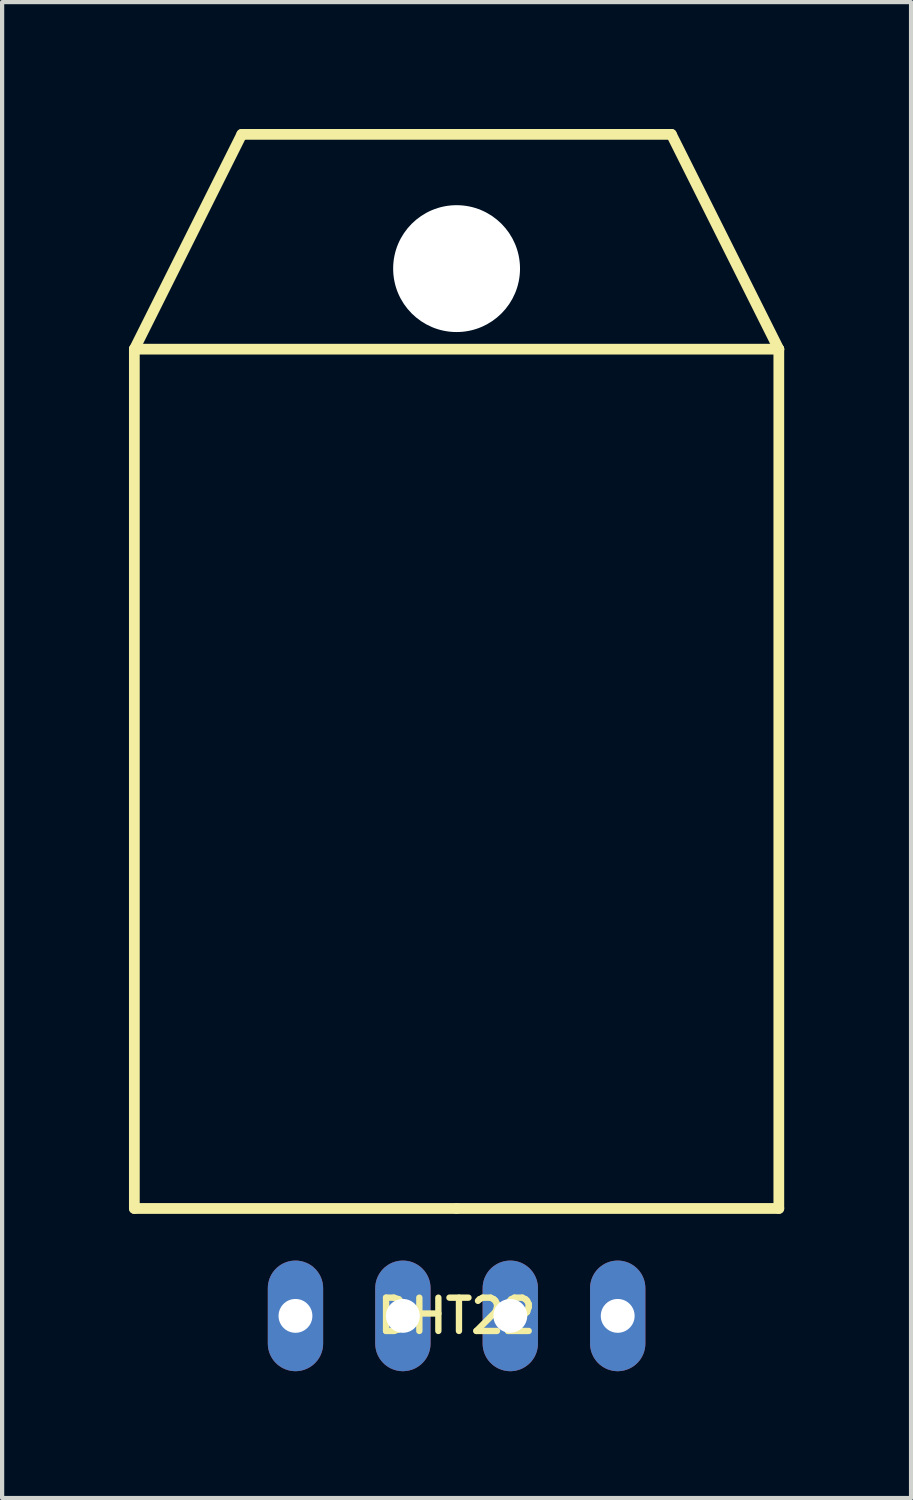
<source format=kicad_pcb>
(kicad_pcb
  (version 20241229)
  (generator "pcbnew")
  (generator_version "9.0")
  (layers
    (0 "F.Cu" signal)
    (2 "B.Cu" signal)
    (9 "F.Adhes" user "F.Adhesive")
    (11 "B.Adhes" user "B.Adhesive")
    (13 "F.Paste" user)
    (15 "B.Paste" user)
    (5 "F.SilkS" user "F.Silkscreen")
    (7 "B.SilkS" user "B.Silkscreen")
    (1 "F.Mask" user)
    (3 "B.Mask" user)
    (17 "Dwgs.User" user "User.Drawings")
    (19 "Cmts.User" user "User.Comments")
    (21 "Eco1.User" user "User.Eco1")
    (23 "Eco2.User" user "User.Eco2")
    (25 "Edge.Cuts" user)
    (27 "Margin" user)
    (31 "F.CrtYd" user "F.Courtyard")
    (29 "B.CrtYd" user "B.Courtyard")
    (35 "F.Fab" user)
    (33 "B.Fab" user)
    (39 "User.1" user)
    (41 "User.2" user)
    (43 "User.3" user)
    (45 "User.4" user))
  (footprint "DHT22"
    (layer "F.Cu")
    (at 7.747 28.067)
    (property "Reference" "DHT22" (at 0 0 0) (layer "F.SilkS") (effects (font (size 0.787 0.787) (thickness 0.15))))
    (attr through_hole)
    (fp_line (start -7.62 -22.86) (end -5.08 -27.94) (stroke (width 0.254) (type solid)) (layer "F.SilkS"))
    (fp_line (start -7.62 -22.86) (end 7.62 -22.86) (stroke (width 0.254) (type solid)) (layer "F.SilkS"))
    (fp_line (start -7.62 -2.54) (end -7.62 -22.86) (stroke (width 0.254) (type solid)) (layer "F.SilkS"))
    (fp_line (start -5.08 -27.94) (end 5.08 -27.94) (stroke (width 0.254) (type solid)) (layer "F.SilkS"))
    (fp_line (start 0 -2.54) (end -7.62 -2.54) (stroke (width 0.254) (type solid)) (layer "F.SilkS"))
    (fp_line (start 5.08 -27.94) (end 7.62 -22.86) (stroke (width 0.254) (type solid)) (layer "F.SilkS"))
    (fp_line (start 7.62 -2.54) (end 0 -2.54) (stroke (width 0.254) (type solid)) (layer "F.SilkS"))
    (fp_line (start 7.62 -2.54) (end 7.62 -22.86) (stroke (width 0.254) (type solid)) (layer "F.SilkS"))
    (pad "" np_thru_hole circle (at 0 -24.765) (size 3 3) (drill 3) (layers "*.Cu" "*.Mask"))
    (pad "DATA" thru_hole oval (at -1.27 0) (size 1.308 2.616) (drill 0.8) (layers "*.Cu" "*.Mask"))
    (pad "GND" thru_hole oval (at 3.81 0) (size 1.308 2.616) (drill 0.8) (layers "*.Cu" "*.Mask"))
    (pad "NC" thru_hole oval (at 1.27 0) (size 1.308 2.616) (drill 0.8) (layers "*.Cu" "*.Mask"))
    (pad "VDD" thru_hole oval (at -3.81 0) (size 1.308 2.616) (drill 0.8) (layers "*.Cu" "*.Mask")))
  (gr_rect
    (start -3 -3)
    (end 18.494 32.375)
    (stroke (width 0.1) (type default))
    (fill no)
    (layer "Edge.Cuts")))
</source>
